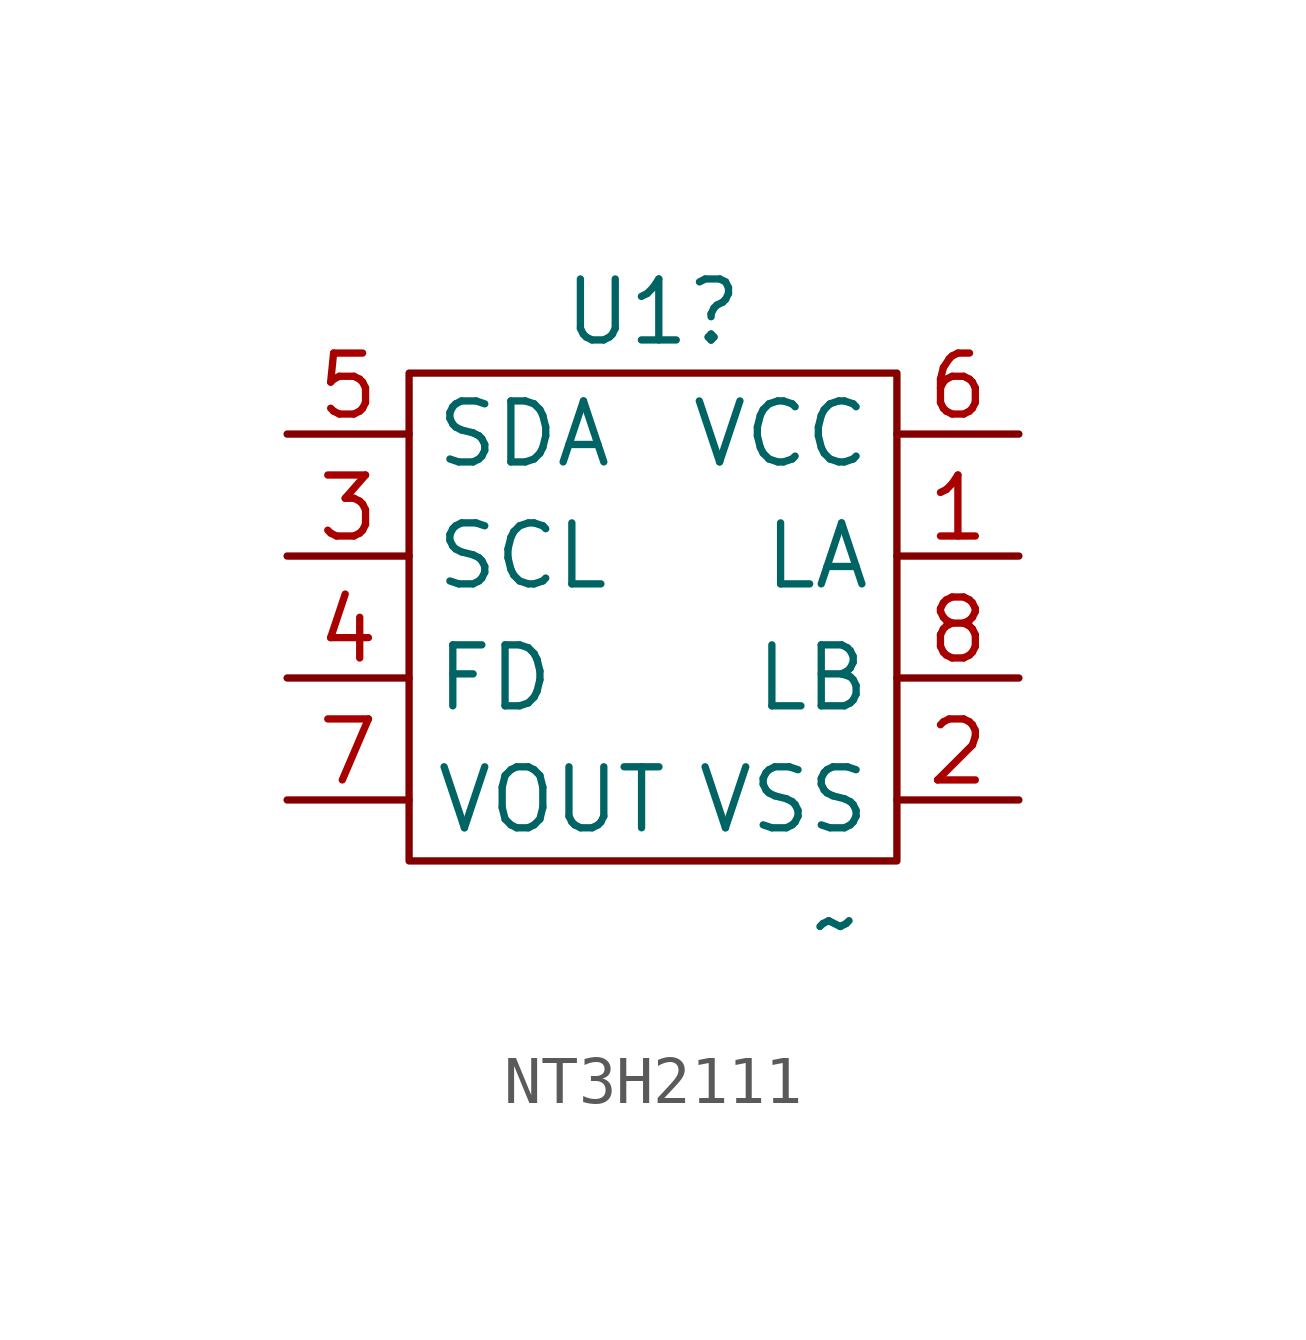
<source format=kicad_sym>
(kicad_symbol_lib
  (version 20220914)
  (generator kicad_symbol_editor)
  (symbol "NT3H2111"
    (property "Reference" "U1"
      (at 0 6.35 0)
      (effects (font (size 1.27 1.27))))
    (property "Value" "~"
      (at 3.81 -6.35 0)
      (effects (font (size 1.27 1.27))))
    (symbol "NT3H2111_0_1"
      (rectangle (start -5.08 5.08) (end 5.08 -5.08) (stroke (width 0) (type default)) (fill (type none))))
    (symbol "NT3H2111_1_1"
      (pin bidirectional line (at 7.62 1.27 180) (length 2.54) (name "LA" (effects (font (size 1.27 1.27)))) (number "1" (effects (font (size 1.27 1.27)))))
      (pin power_in line (at 7.62 -3.81 180) (length 2.54) (name "VSS" (effects (font (size 1.27 1.27)))) (number "2" (effects (font (size 1.27 1.27)))))
      (pin input line (at -7.62 1.27 0) (length 2.54) (name "SCL" (effects (font (size 1.27 1.27)))) (number "3" (effects (font (size 1.27 1.27)))))
      (pin output line (at -7.62 -1.27 0) (length 2.54) (name "FD" (effects (font (size 1.27 1.27)))) (number "4" (effects (font (size 1.27 1.27)))))
      (pin bidirectional line (at -7.62 3.81 0) (length 2.54) (name "SDA" (effects (font (size 1.27 1.27)))) (number "5" (effects (font (size 1.27 1.27)))))
      (pin power_in line (at 7.62 3.81 180) (length 2.54) (name "VCC" (effects (font (size 1.27 1.27)))) (number "6" (effects (font (size 1.27 1.27)))))
      (pin power_out line (at -7.62 -3.81 0) (length 2.54) (name "VOUT" (effects (font (size 1.27 1.27)))) (number "7" (effects (font (size 1.27 1.27)))))
      (pin bidirectional line (at 7.62 -1.27 180) (length 2.54) (name "LB" (effects (font (size 1.27 1.27)))) (number "8" (effects (font (size 1.27 1.27))))))))
</source>
